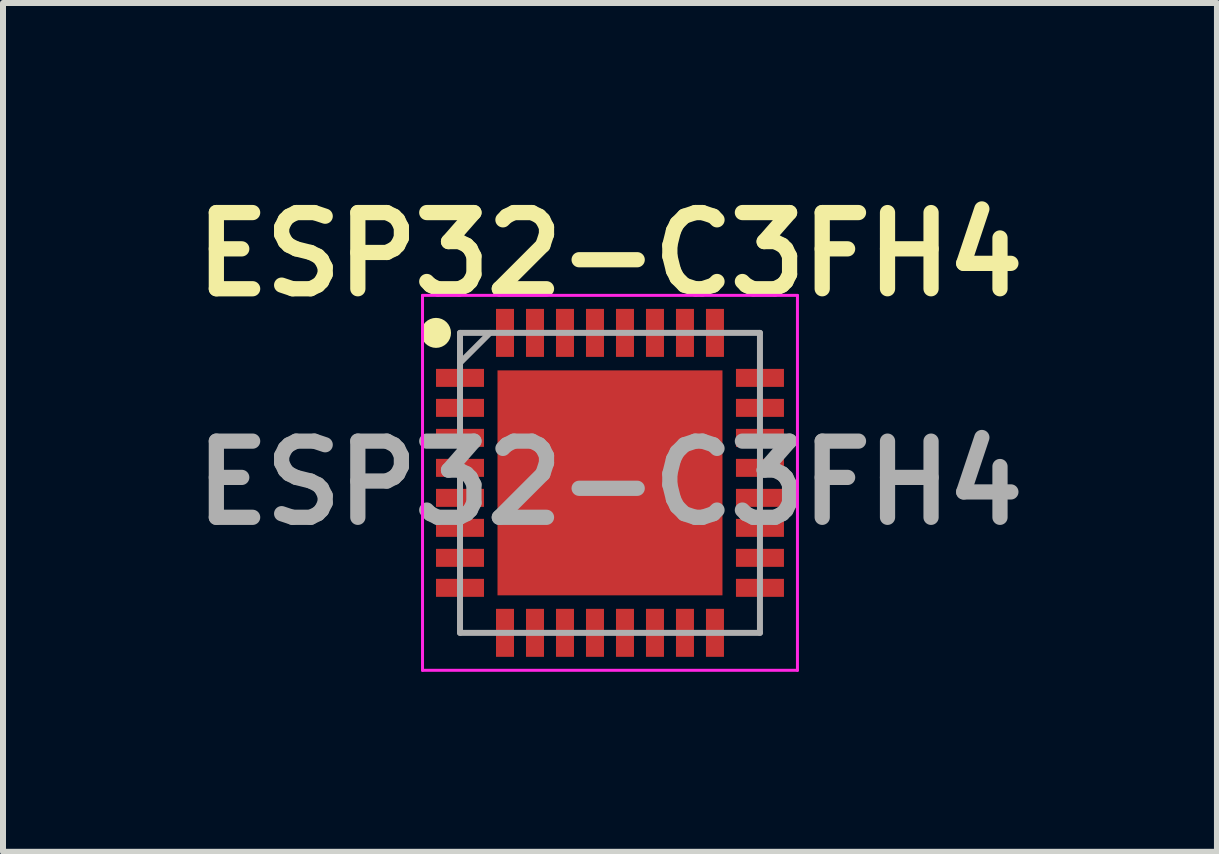
<source format=kicad_pcb>
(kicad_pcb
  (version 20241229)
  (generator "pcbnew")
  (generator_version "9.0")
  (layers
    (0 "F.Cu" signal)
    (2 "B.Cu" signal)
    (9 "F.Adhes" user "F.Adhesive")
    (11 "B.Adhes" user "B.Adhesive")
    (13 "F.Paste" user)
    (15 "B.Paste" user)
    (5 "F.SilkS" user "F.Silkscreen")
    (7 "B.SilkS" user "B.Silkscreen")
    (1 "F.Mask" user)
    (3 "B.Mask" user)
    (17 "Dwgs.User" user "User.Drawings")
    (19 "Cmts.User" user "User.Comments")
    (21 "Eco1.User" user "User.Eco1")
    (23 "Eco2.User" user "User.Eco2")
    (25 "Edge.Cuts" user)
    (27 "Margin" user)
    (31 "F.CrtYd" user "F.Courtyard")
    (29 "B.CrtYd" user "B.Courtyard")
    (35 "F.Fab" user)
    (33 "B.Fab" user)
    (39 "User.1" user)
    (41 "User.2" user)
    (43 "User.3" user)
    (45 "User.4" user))
  (footprint "ESP32-C3FH4"
    (layer "F.Cu")
    (at 7.118 4.999)
    (property "Reference" "ESP32-C3FH4" (at 0 -3.81 0) (layer "F.SilkS") (effects (font (size 1.27 1.27) (thickness 0.254))))
    (attr smd)
    (fp_circle (center -2.9 -2.5) (end -2.9 -2.375) (stroke (width 0.25) (type solid)) (fill no) (layer "F.SilkS"))
    (fp_line (start -3.125 -3.125) (end 3.125 -3.125) (stroke (width 0.05) (type solid)) (layer "F.CrtYd"))
    (fp_line (start -3.125 3.125) (end -3.125 -3.125) (stroke (width 0.05) (type solid)) (layer "F.CrtYd"))
    (fp_line (start 3.125 -3.125) (end 3.125 3.125) (stroke (width 0.05) (type solid)) (layer "F.CrtYd"))
    (fp_line (start 3.125 3.125) (end -3.125 3.125) (stroke (width 0.05) (type solid)) (layer "F.CrtYd"))
    (fp_line (start -2.5 -2.5) (end 2.5 -2.5) (stroke (width 0.1) (type solid)) (layer "F.Fab"))
    (fp_line (start -2.5 -2) (end -2 -2.5) (stroke (width 0.1) (type solid)) (layer "F.Fab"))
    (fp_line (start -2.5 2.5) (end -2.5 -2.5) (stroke (width 0.1) (type solid)) (layer "F.Fab"))
    (fp_line (start 2.5 -2.5) (end 2.5 2.5) (stroke (width 0.1) (type solid)) (layer "F.Fab"))
    (fp_line (start 2.5 2.5) (end -2.5 2.5) (stroke (width 0.1) (type solid)) (layer "F.Fab"))
    (fp_text user "${REFERENCE}" (at 0 0 0) (layer "F.Fab") (effects (font (size 1.27 1.27) (thickness 0.254))))
    (pad "1" smd rect (at -2.5 -1.75 90) (size 0.3 0.8) (layers "F.Cu" "F.Mask" "F.Paste"))
    (pad "2" smd rect (at -2.5 -1.25 90) (size 0.3 0.8) (layers "F.Cu" "F.Mask" "F.Paste"))
    (pad "3" smd rect (at -2.5 -0.75 90) (size 0.3 0.8) (layers "F.Cu" "F.Mask" "F.Paste"))
    (pad "4" smd rect (at -2.5 -0.25 90) (size 0.3 0.8) (layers "F.Cu" "F.Mask" "F.Paste"))
    (pad "5" smd rect (at -2.5 0.25 90) (size 0.3 0.8) (layers "F.Cu" "F.Mask" "F.Paste"))
    (pad "6" smd rect (at -2.5 0.75 90) (size 0.3 0.8) (layers "F.Cu" "F.Mask" "F.Paste"))
    (pad "7" smd rect (at -2.5 1.25 90) (size 0.3 0.8) (layers "F.Cu" "F.Mask" "F.Paste"))
    (pad "8" smd rect (at -2.5 1.75 90) (size 0.3 0.8) (layers "F.Cu" "F.Mask" "F.Paste"))
    (pad "9" smd rect (at -1.75 2.5) (size 0.3 0.8) (layers "F.Cu" "F.Mask" "F.Paste"))
    (pad "10" smd rect (at -1.25 2.5) (size 0.3 0.8) (layers "F.Cu" "F.Mask" "F.Paste"))
    (pad "11" smd rect (at -0.75 2.5) (size 0.3 0.8) (layers "F.Cu" "F.Mask" "F.Paste"))
    (pad "12" smd rect (at -0.25 2.5) (size 0.3 0.8) (layers "F.Cu" "F.Mask" "F.Paste"))
    (pad "13" smd rect (at 0.25 2.5) (size 0.3 0.8) (layers "F.Cu" "F.Mask" "F.Paste"))
    (pad "14" smd rect (at 0.75 2.5) (size 0.3 0.8) (layers "F.Cu" "F.Mask" "F.Paste"))
    (pad "15" smd rect (at 1.25 2.5) (size 0.3 0.8) (layers "F.Cu" "F.Mask" "F.Paste"))
    (pad "16" smd rect (at 1.75 2.5) (size 0.3 0.8) (layers "F.Cu" "F.Mask" "F.Paste"))
    (pad "17" smd rect (at 2.5 1.75 90) (size 0.3 0.8) (layers "F.Cu" "F.Mask" "F.Paste"))
    (pad "18" smd rect (at 2.5 1.25 90) (size 0.3 0.8) (layers "F.Cu" "F.Mask" "F.Paste"))
    (pad "19" smd rect (at 2.5 0.75 90) (size 0.3 0.8) (layers "F.Cu" "F.Mask" "F.Paste"))
    (pad "20" smd rect (at 2.5 0.25 90) (size 0.3 0.8) (layers "F.Cu" "F.Mask" "F.Paste"))
    (pad "21" smd rect (at 2.5 -0.25 90) (size 0.3 0.8) (layers "F.Cu" "F.Mask" "F.Paste"))
    (pad "22" smd rect (at 2.5 -0.75 90) (size 0.3 0.8) (layers "F.Cu" "F.Mask" "F.Paste"))
    (pad "23" smd rect (at 2.5 -1.25 90) (size 0.3 0.8) (layers "F.Cu" "F.Mask" "F.Paste"))
    (pad "24" smd rect (at 2.5 -1.75 90) (size 0.3 0.8) (layers "F.Cu" "F.Mask" "F.Paste"))
    (pad "25" smd rect (at 1.75 -2.5) (size 0.3 0.8) (layers "F.Cu" "F.Mask" "F.Paste"))
    (pad "26" smd rect (at 1.25 -2.5) (size 0.3 0.8) (layers "F.Cu" "F.Mask" "F.Paste"))
    (pad "27" smd rect (at 0.75 -2.5) (size 0.3 0.8) (layers "F.Cu" "F.Mask" "F.Paste"))
    (pad "28" smd rect (at 0.25 -2.5) (size 0.3 0.8) (layers "F.Cu" "F.Mask" "F.Paste"))
    (pad "29" smd rect (at -0.25 -2.5) (size 0.3 0.8) (layers "F.Cu" "F.Mask" "F.Paste"))
    (pad "30" smd rect (at -0.75 -2.5) (size 0.3 0.8) (layers "F.Cu" "F.Mask" "F.Paste"))
    (pad "31" smd rect (at -1.25 -2.5) (size 0.3 0.8) (layers "F.Cu" "F.Mask" "F.Paste"))
    (pad "32" smd rect (at -1.75 -2.5) (size 0.3 0.8) (layers "F.Cu" "F.Mask" "F.Paste"))
    (pad "33" smd custom (at 0 0) (size 3.75 3.75) (layers "F.Cu" "F.Mask") (options (anchor rect)) (primitives))
    (pad "34" smd rect (at -0.75 -0.75) (size 1.1 1.1) (layers "F.Cu" "F.Paste"))
    (pad "35" smd rect (at 0.75 -0.75) (size 1.1 1.1) (layers "F.Cu" "F.Paste"))
    (pad "36" smd rect (at 0.75 0.75) (size 1.1 1.1) (layers "F.Cu" "F.Paste"))
    (pad "37" smd rect (at -0.75 0.75) (size 1.1 1.1) (layers "F.Cu" "F.Paste")))
  (gr_rect
    (start -3 -3)
    (end 17.236 11.149)
    (stroke (width 0.1) (type default))
    (fill no)
    (layer "Edge.Cuts")))
</source>
